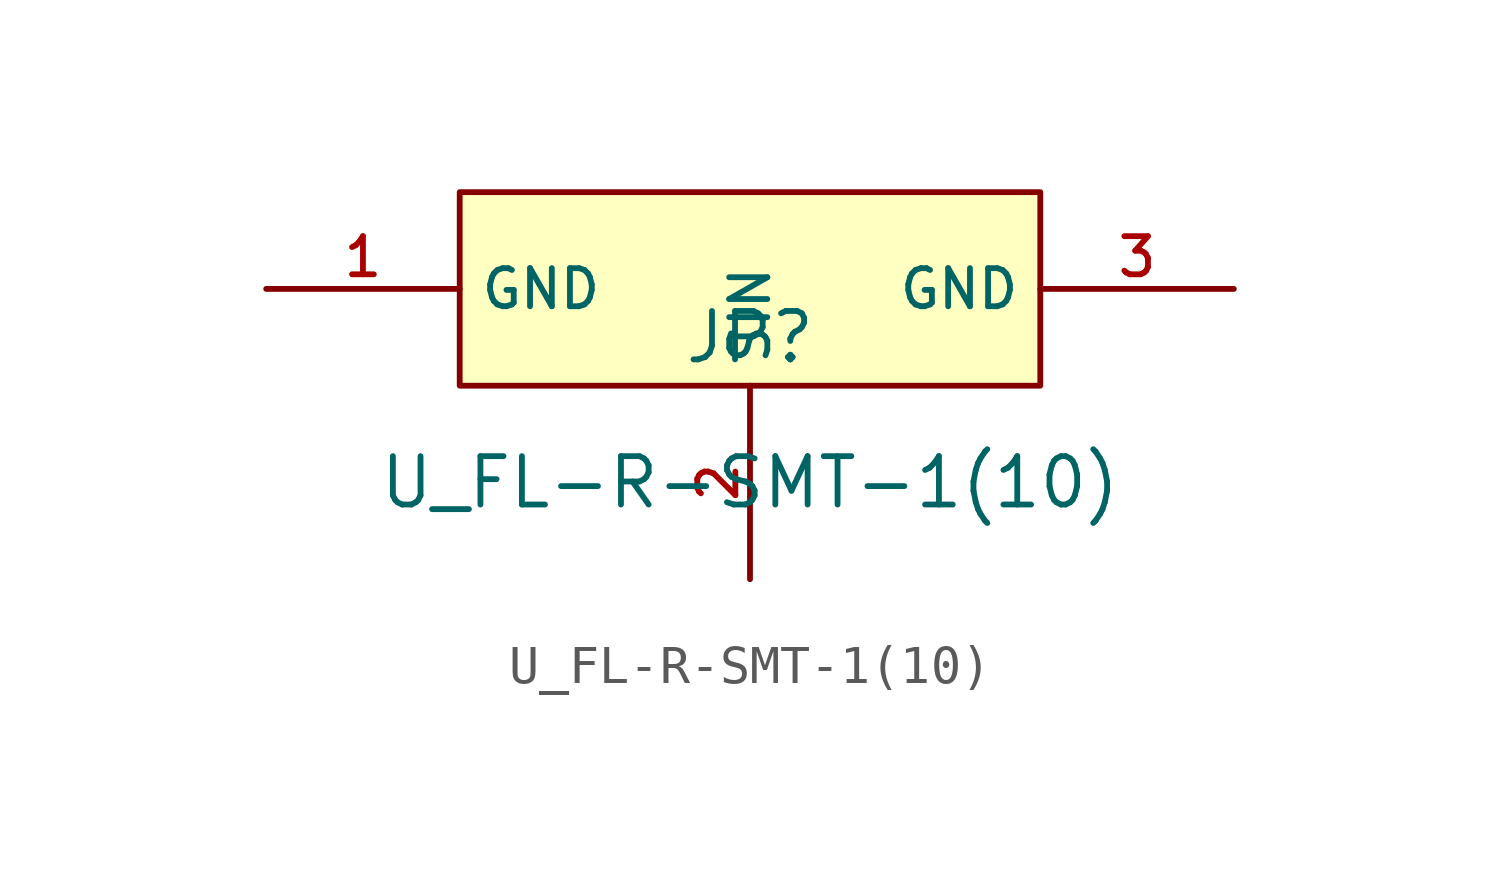
<source format=kicad_sym>
(kicad_symbol_lib
  (version 20210201)
  (generator TousstNicolas/JLC2KiCad_lib)
  (symbol "U_FL-R-SMT-1(10)"
    (property "Reference" "JP"
      (at 0 1.27 0)
      (effects (font (size 1.27 1.27))))
    (property "Value" "U_FL-R-SMT-1(10)"
      (at 0 -2.54 0)
      (effects (font (size 1.27 1.27))))
    (symbol "U_FL-R-SMT-1(10)_0_1"
      (rectangle (start -7.62 5.08) (end 7.62 -0.0) (stroke (width 0) (type default) (color 0 0 0 0)) (fill (type background)))
      (pin unspecified line (at -12.7 2.54 0) (length 5.08) (name "GND" (effects (font (size 1 1)))) (number "1" (effects (font (size 1 1)))))
      (pin unspecified line (at 0.0 -5.08 90) (length 5.08) (name "SIN" (effects (font (size 1 1)))) (number "2" (effects (font (size 1 1)))))
      (pin unspecified line (at 12.7 2.54 180) (length 5.08) (name "GND" (effects (font (size 1 1)))) (number "3" (effects (font (size 1 1))))))))
</source>
